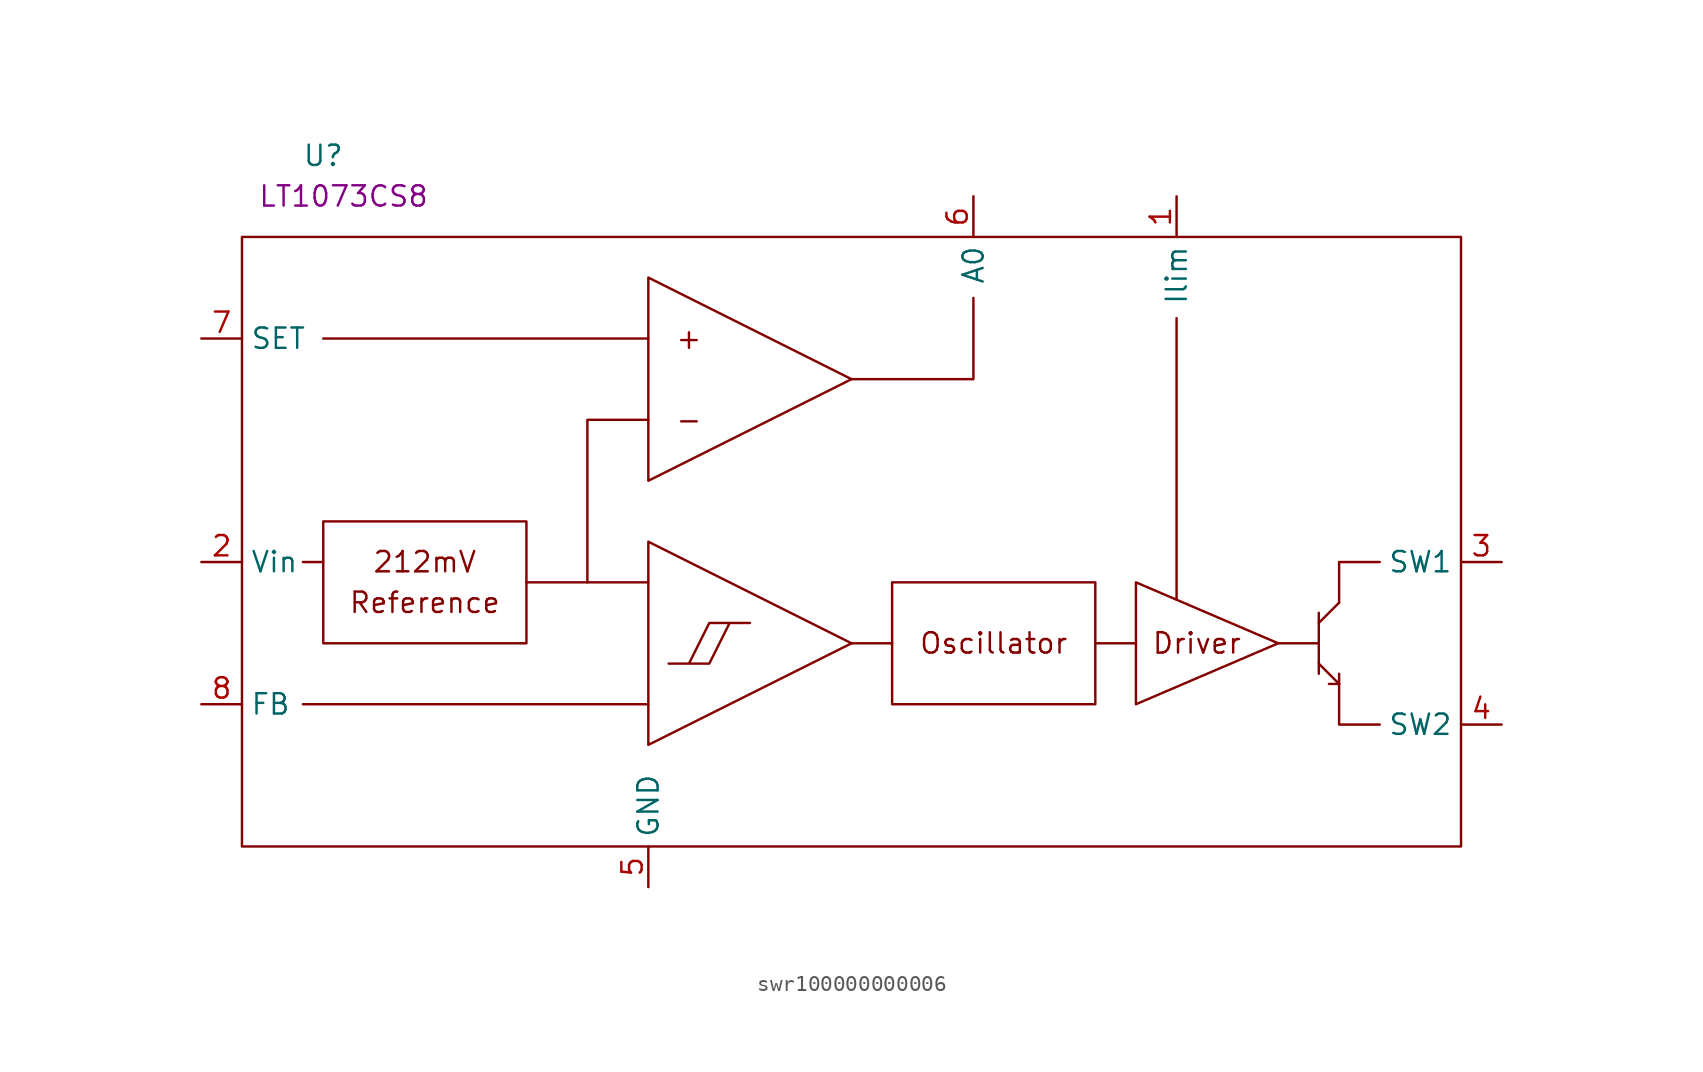
<source format=kicad_sym>
(kicad_symbol_lib
  (version 20211014)
  (generator kicad_symbol_editor)
  (symbol "swr100000000006"
    (property "Reference" "U"
      (at -34.29 5.08 0)
      (effects (font (size 1.27 1.27))))
    (property "PartValue" "LT1073CS8"
      (at -33.02 2.54 0)
      (effects (font (size 1.27 1.27))))
    (symbol "swr100000000006_0_0"
      (rectangle (start -39.37 0) (end 36.83 -38.1) (stroke (width 0) (type default) (color 0 0 0 0)) (fill (type none)))
      (rectangle (start -34.29 -17.78) (end -21.59 -25.4) (stroke (width 0) (type default) (color 0 0 0 0)) (fill (type none)))
      (polyline (pts (xy -35.56 -29.21) (xy -13.97 -29.21)) (stroke (width 0) (type default) (color 0 0 0 0)) (fill (type none)))
      (polyline (pts (xy -35.56 -20.32) (xy -34.29 -20.32)) (stroke (width 0) (type default) (color 0 0 0 0)) (fill (type none)))
      (polyline (pts (xy -34.29 -6.35) (xy -13.97 -6.35)) (stroke (width 0) (type default) (color 0 0 0 0)) (fill (type none)))
      (polyline (pts (xy -21.59 -21.59) (xy -13.97 -21.59)) (stroke (width 0) (type default) (color 0 0 0 0)) (fill (type none)))
      (polyline (pts (xy -1.27 -25.4) (xy 1.27 -25.4)) (stroke (width 0) (type default) (color 0 0 0 0)) (fill (type none)))
      (polyline (pts (xy 13.97 -25.4) (xy 16.51 -25.4)) (stroke (width 0) (type default) (color 0 0 0 0)) (fill (type none)))
      (polyline (pts (xy 19.05 -5.08) (xy 19.05 -22.657)) (stroke (width 0) (type default) (color 0 0 0 0)) (fill (type none)))
      (polyline (pts (xy 25.4 -25.4) (xy 27.94 -25.4)) (stroke (width 0) (type default) (color 0 0 0 0)) (fill (type none)))
      (polyline (pts (xy 27.94 -26.67) (xy 27.94 -27.305)) (stroke (width 0) (type default) (color 0 0 0 0)) (fill (type none)))
      (polyline (pts (xy 27.94 -24.13) (xy 27.94 -23.495)) (stroke (width 0) (type default) (color 0 0 0 0)) (fill (type none)))
      (polyline (pts (xy 29.21 -27.94) (xy 28.575 -27.94)) (stroke (width 0) (type default) (color 0 0 0 0)) (fill (type none)))
      (polyline (pts (xy 29.21 -27.94) (xy 29.21 -27.305)) (stroke (width 0) (type default) (color 0 0 0 0)) (fill (type none)))
      (polyline (pts (xy -17.78 -21.59) (xy -17.78 -11.43) (xy -13.97 -11.43)) (stroke (width 0) (type default) (color 0 0 0 0)) (fill (type none)))
      (polyline (pts (xy -1.27 -8.89) (xy 6.35 -8.89) (xy 6.35 -3.81)) (stroke (width 0) (type default) (color 0 0 0 0)) (fill (type none)))
      (polyline (pts (xy 29.21 -27.94) (xy 29.21 -30.48) (xy 31.75 -30.48)) (stroke (width 0) (type default) (color 0 0 0 0)) (fill (type none)))
      (polyline (pts (xy 29.21 -22.86) (xy 29.21 -20.32) (xy 31.75 -20.32)) (stroke (width 0) (type default) (color 0 0 0 0)) (fill (type none)))
      (polyline (pts (xy -13.97 -19.05) (xy -13.97 -31.75) (xy -1.27 -25.4) (xy -13.97 -19.05)) (stroke (width 0) (type default) (color 0 0 0 0)) (fill (type none)))
      (polyline (pts (xy -13.97 -2.54) (xy -13.97 -15.24) (xy -1.27 -8.89) (xy -13.97 -2.54)) (stroke (width 0) (type default) (color 0 0 0 0)) (fill (type none)))
      (polyline (pts (xy 16.51 -21.59) (xy 16.51 -29.21) (xy 25.4 -25.4) (xy 16.51 -21.59)) (stroke (width 0) (type default) (color 0 0 0 0)) (fill (type none)))
      (polyline (pts (xy 29.21 -22.86) (xy 27.94 -24.13) (xy 27.94 -26.67) (xy 29.21 -27.94)) (stroke (width 0) (type default) (color 0 0 0 0)) (fill (type none)))
      (polyline (pts (xy -7.62 -24.13) (xy -10.16 -24.13) (xy -11.43 -26.67) (xy -12.7 -26.67) (xy -10.16 -26.67) (xy -8.89 -24.13)) (stroke (width 0) (type default) (color 0 0 0 0)) (fill (type none)))
      (rectangle (start 1.27 -21.59) (end 13.97 -29.21) (stroke (width 0) (type default) (color 0 0 0 0)) (fill (type none)))
      (text "+" (at -11.43 -6.35 0) (effects (font (size 1.27 1.27))))
      (text "-" (at -11.43 -11.43 0) (effects (font (size 1.27 1.27))))
      (text "212mV" (at -27.94 -20.32 0) (effects (font (size 1.27 1.27))))
      (text "Driver" (at 20.32 -25.4 0) (effects (font (size 1.27 1.27))))
      (text "Oscillator" (at 7.62 -25.4 0) (effects (font (size 1.27 1.27))))
      (text "Reference" (at -27.94 -22.86 0) (effects (font (size 1.27 1.27))))
      (pin input line (at 19.05 2.54 270) (length 2.54) (name "Ilim" (effects (font (size 1.27 1.27)))) (number "1" (effects (font (size 1.27 1.27)))))
      (pin power_in line (at -41.91 -20.32 0) (length 2.54) (name "Vin" (effects (font (size 1.27 1.27)))) (number "2" (effects (font (size 1.27 1.27)))))
      (pin power_in line (at 39.37 -20.32 180) (length 2.54) (name "SW1" (effects (font (size 1.27 1.27)))) (number "3" (effects (font (size 1.27 1.27)))))
      (pin power_out line (at 39.37 -30.48 180) (length 2.54) (name "SW2" (effects (font (size 1.27 1.27)))) (number "4" (effects (font (size 1.27 1.27)))))
      (pin power_in line (at -13.97 -40.64 90) (length 2.54) (name "GND" (effects (font (size 1.27 1.27)))) (number "5" (effects (font (size 1.27 1.27)))))
      (pin output line (at 6.35 2.54 270) (length 2.54) (name "A0" (effects (font (size 1.27 1.27)))) (number "6" (effects (font (size 1.27 1.27)))))
      (pin input line (at -41.91 -6.35 0) (length 2.54) (name "SET" (effects (font (size 1.27 1.27)))) (number "7" (effects (font (size 1.27 1.27)))))
      (pin input line (at -41.91 -29.21 0) (length 2.54) (name "FB" (effects (font (size 1.27 1.27)))) (number "8" (effects (font (size 1.27 1.27))))))))
</source>
